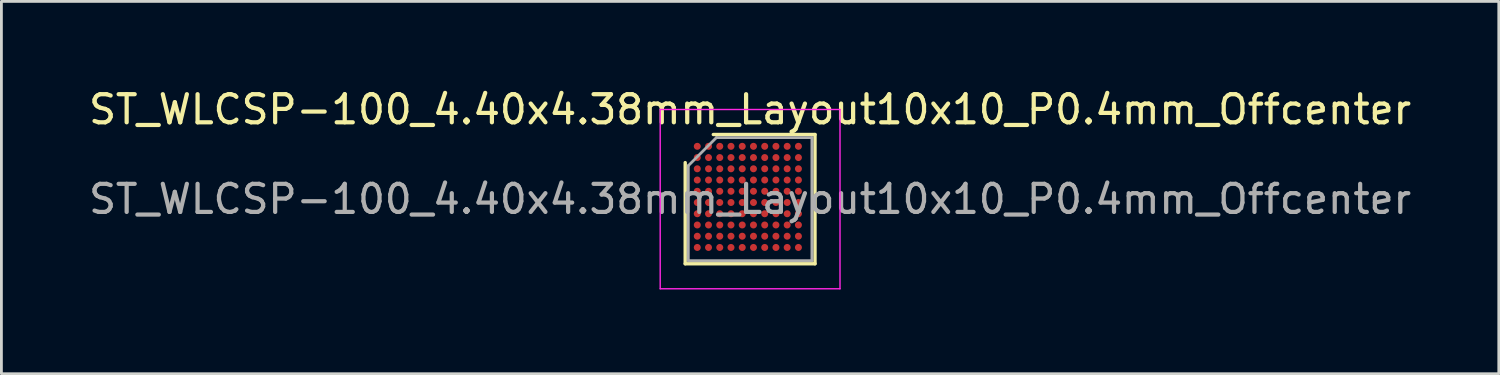
<source format=kicad_pcb>
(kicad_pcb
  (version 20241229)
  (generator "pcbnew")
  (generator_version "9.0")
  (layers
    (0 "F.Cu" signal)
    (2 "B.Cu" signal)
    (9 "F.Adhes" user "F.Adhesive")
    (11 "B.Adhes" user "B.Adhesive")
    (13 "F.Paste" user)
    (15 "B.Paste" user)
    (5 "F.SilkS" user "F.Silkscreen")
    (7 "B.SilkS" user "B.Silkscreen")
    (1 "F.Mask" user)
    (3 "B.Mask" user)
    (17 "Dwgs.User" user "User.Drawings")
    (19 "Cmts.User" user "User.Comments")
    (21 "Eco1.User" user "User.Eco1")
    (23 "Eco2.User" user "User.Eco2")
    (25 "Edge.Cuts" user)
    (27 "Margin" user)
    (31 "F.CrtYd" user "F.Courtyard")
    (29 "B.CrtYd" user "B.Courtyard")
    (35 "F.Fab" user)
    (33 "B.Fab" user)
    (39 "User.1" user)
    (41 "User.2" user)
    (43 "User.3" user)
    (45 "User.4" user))
  (footprint "ST_WLCSP-100_4.40x4.38mm_Layout10x10_P0.4mm_Offcenter"
    (layer "F.Cu")
    (at 23.649 4.038)
    (property "Reference" "ST_WLCSP-100_4.40x4.38mm_Layout10x10_P0.4mm_Offcenter" (at 0 -3.19 0) (layer "F.SilkS") (effects (font (size 1 1) (thickness 0.15))))
    (attr smd)
    (fp_line (start -2.31 2.3) (end -2.31 -1.3) (stroke (width 0.12) (type solid)) (layer "F.SilkS"))
    (fp_line (start -1.31 -2.3) (end 2.31 -2.3) (stroke (width 0.12) (type solid)) (layer "F.SilkS"))
    (fp_line (start 2.31 -2.3) (end 2.31 2.3) (stroke (width 0.12) (type solid)) (layer "F.SilkS"))
    (fp_line (start 2.31 2.3) (end -2.31 2.3) (stroke (width 0.12) (type solid)) (layer "F.SilkS"))
    (fp_line (start -3.2 -3.19) (end -3.2 3.19) (stroke (width 0.05) (type solid)) (layer "F.CrtYd"))
    (fp_line (start -3.2 3.19) (end 3.2 3.19) (stroke (width 0.05) (type solid)) (layer "F.CrtYd"))
    (fp_line (start 3.2 -3.19) (end -3.2 -3.19) (stroke (width 0.05) (type solid)) (layer "F.CrtYd"))
    (fp_line (start 3.2 3.19) (end 3.2 -3.19) (stroke (width 0.05) (type solid)) (layer "F.CrtYd"))
    (fp_line (start -2.2 -1.19) (end -1.2 -2.19) (stroke (width 0.1) (type solid)) (layer "F.Fab"))
    (fp_line (start -2.2 2.19) (end -2.2 -1.19) (stroke (width 0.1) (type solid)) (layer "F.Fab"))
    (fp_line (start -1.2 -2.19) (end 2.2 -2.19) (stroke (width 0.1) (type solid)) (layer "F.Fab"))
    (fp_line (start 2.2 -2.19) (end 2.2 2.19) (stroke (width 0.1) (type solid)) (layer "F.Fab"))
    (fp_line (start 2.2 2.19) (end -2.2 2.19) (stroke (width 0.1) (type solid)) (layer "F.Fab"))
    (fp_text user "${REFERENCE}" (at 0 0 0) (layer "F.Fab") (effects (font (size 1 1) (thickness 0.15))))
    (pad "A1" smd circle (at -1.88 -1.88) (size 0.25 0.25) (layers "F.Cu" "F.Mask" "F.Paste"))
    (pad "A2" smd circle (at -1.48 -1.88) (size 0.25 0.25) (layers "F.Cu" "F.Mask" "F.Paste"))
    (pad "A3" smd circle (at -1.08 -1.88) (size 0.25 0.25) (layers "F.Cu" "F.Mask" "F.Paste"))
    (pad "A4" smd circle (at -0.68 -1.88) (size 0.25 0.25) (layers "F.Cu" "F.Mask" "F.Paste"))
    (pad "A5" smd circle (at -0.28 -1.88) (size 0.25 0.25) (layers "F.Cu" "F.Mask" "F.Paste"))
    (pad "A6" smd circle (at 0.12 -1.88) (size 0.25 0.25) (layers "F.Cu" "F.Mask" "F.Paste"))
    (pad "A7" smd circle (at 0.52 -1.88) (size 0.25 0.25) (layers "F.Cu" "F.Mask" "F.Paste"))
    (pad "A8" smd circle (at 0.92 -1.88) (size 0.25 0.25) (layers "F.Cu" "F.Mask" "F.Paste"))
    (pad "A9" smd circle (at 1.32 -1.88) (size 0.25 0.25) (layers "F.Cu" "F.Mask" "F.Paste"))
    (pad "A10" smd circle (at 1.72 -1.88) (size 0.25 0.25) (layers "F.Cu" "F.Mask" "F.Paste"))
    (pad "B1" smd circle (at -1.88 -1.48) (size 0.25 0.25) (layers "F.Cu" "F.Mask" "F.Paste"))
    (pad "B2" smd circle (at -1.48 -1.48) (size 0.25 0.25) (layers "F.Cu" "F.Mask" "F.Paste"))
    (pad "B3" smd circle (at -1.08 -1.48) (size 0.25 0.25) (layers "F.Cu" "F.Mask" "F.Paste"))
    (pad "B4" smd circle (at -0.68 -1.48) (size 0.25 0.25) (layers "F.Cu" "F.Mask" "F.Paste"))
    (pad "B5" smd circle (at -0.28 -1.48) (size 0.25 0.25) (layers "F.Cu" "F.Mask" "F.Paste"))
    (pad "B6" smd circle (at 0.12 -1.48) (size 0.25 0.25) (layers "F.Cu" "F.Mask" "F.Paste"))
    (pad "B7" smd circle (at 0.52 -1.48) (size 0.25 0.25) (layers "F.Cu" "F.Mask" "F.Paste"))
    (pad "B8" smd circle (at 0.92 -1.48) (size 0.25 0.25) (layers "F.Cu" "F.Mask" "F.Paste"))
    (pad "B9" smd circle (at 1.32 -1.48) (size 0.25 0.25) (layers "F.Cu" "F.Mask" "F.Paste"))
    (pad "B10" smd circle (at 1.72 -1.48) (size 0.25 0.25) (layers "F.Cu" "F.Mask" "F.Paste"))
    (pad "C1" smd circle (at -1.88 -1.08) (size 0.25 0.25) (layers "F.Cu" "F.Mask" "F.Paste"))
    (pad "C2" smd circle (at -1.48 -1.08) (size 0.25 0.25) (layers "F.Cu" "F.Mask" "F.Paste"))
    (pad "C3" smd circle (at -1.08 -1.08) (size 0.25 0.25) (layers "F.Cu" "F.Mask" "F.Paste"))
    (pad "C4" smd circle (at -0.68 -1.08) (size 0.25 0.25) (layers "F.Cu" "F.Mask" "F.Paste"))
    (pad "C5" smd circle (at -0.28 -1.08) (size 0.25 0.25) (layers "F.Cu" "F.Mask" "F.Paste"))
    (pad "C6" smd circle (at 0.12 -1.08) (size 0.25 0.25) (layers "F.Cu" "F.Mask" "F.Paste"))
    (pad "C7" smd circle (at 0.52 -1.08) (size 0.25 0.25) (layers "F.Cu" "F.Mask" "F.Paste"))
    (pad "C8" smd circle (at 0.92 -1.08) (size 0.25 0.25) (layers "F.Cu" "F.Mask" "F.Paste"))
    (pad "C9" smd circle (at 1.32 -1.08) (size 0.25 0.25) (layers "F.Cu" "F.Mask" "F.Paste"))
    (pad "C10" smd circle (at 1.72 -1.08) (size 0.25 0.25) (layers "F.Cu" "F.Mask" "F.Paste"))
    (pad "D1" smd circle (at -1.88 -0.68) (size 0.25 0.25) (layers "F.Cu" "F.Mask" "F.Paste"))
    (pad "D2" smd circle (at -1.48 -0.68) (size 0.25 0.25) (layers "F.Cu" "F.Mask" "F.Paste"))
    (pad "D3" smd circle (at -1.08 -0.68) (size 0.25 0.25) (layers "F.Cu" "F.Mask" "F.Paste"))
    (pad "D4" smd circle (at -0.68 -0.68) (size 0.25 0.25) (layers "F.Cu" "F.Mask" "F.Paste"))
    (pad "D5" smd circle (at -0.28 -0.68) (size 0.25 0.25) (layers "F.Cu" "F.Mask" "F.Paste"))
    (pad "D6" smd circle (at 0.12 -0.68) (size 0.25 0.25) (layers "F.Cu" "F.Mask" "F.Paste"))
    (pad "D7" smd circle (at 0.52 -0.68) (size 0.25 0.25) (layers "F.Cu" "F.Mask" "F.Paste"))
    (pad "D8" smd circle (at 0.92 -0.68) (size 0.25 0.25) (layers "F.Cu" "F.Mask" "F.Paste"))
    (pad "D9" smd circle (at 1.32 -0.68) (size 0.25 0.25) (layers "F.Cu" "F.Mask" "F.Paste"))
    (pad "D10" smd circle (at 1.72 -0.68) (size 0.25 0.25) (layers "F.Cu" "F.Mask" "F.Paste"))
    (pad "E1" smd circle (at -1.88 -0.28) (size 0.25 0.25) (layers "F.Cu" "F.Mask" "F.Paste"))
    (pad "E2" smd circle (at -1.48 -0.28) (size 0.25 0.25) (layers "F.Cu" "F.Mask" "F.Paste"))
    (pad "E3" smd circle (at -1.08 -0.28) (size 0.25 0.25) (layers "F.Cu" "F.Mask" "F.Paste"))
    (pad "E4" smd circle (at -0.68 -0.28) (size 0.25 0.25) (layers "F.Cu" "F.Mask" "F.Paste"))
    (pad "E5" smd circle (at -0.28 -0.28) (size 0.25 0.25) (layers "F.Cu" "F.Mask" "F.Paste"))
    (pad "E6" smd circle (at 0.12 -0.28) (size 0.25 0.25) (layers "F.Cu" "F.Mask" "F.Paste"))
    (pad "E7" smd circle (at 0.52 -0.28) (size 0.25 0.25) (layers "F.Cu" "F.Mask" "F.Paste"))
    (pad "E8" smd circle (at 0.92 -0.28) (size 0.25 0.25) (layers "F.Cu" "F.Mask" "F.Paste"))
    (pad "E9" smd circle (at 1.32 -0.28) (size 0.25 0.25) (layers "F.Cu" "F.Mask" "F.Paste"))
    (pad "E10" smd circle (at 1.72 -0.28) (size 0.25 0.25) (layers "F.Cu" "F.Mask" "F.Paste"))
    (pad "F1" smd circle (at -1.88 0.12) (size 0.25 0.25) (layers "F.Cu" "F.Mask" "F.Paste"))
    (pad "F2" smd circle (at -1.48 0.12) (size 0.25 0.25) (layers "F.Cu" "F.Mask" "F.Paste"))
    (pad "F3" smd circle (at -1.08 0.12) (size 0.25 0.25) (layers "F.Cu" "F.Mask" "F.Paste"))
    (pad "F4" smd circle (at -0.68 0.12) (size 0.25 0.25) (layers "F.Cu" "F.Mask" "F.Paste"))
    (pad "F5" smd circle (at -0.28 0.12) (size 0.25 0.25) (layers "F.Cu" "F.Mask" "F.Paste"))
    (pad "F6" smd circle (at 0.12 0.12) (size 0.25 0.25) (layers "F.Cu" "F.Mask" "F.Paste"))
    (pad "F7" smd circle (at 0.52 0.12) (size 0.25 0.25) (layers "F.Cu" "F.Mask" "F.Paste"))
    (pad "F8" smd circle (at 0.92 0.12) (size 0.25 0.25) (layers "F.Cu" "F.Mask" "F.Paste"))
    (pad "F9" smd circle (at 1.32 0.12) (size 0.25 0.25) (layers "F.Cu" "F.Mask" "F.Paste"))
    (pad "F10" smd circle (at 1.72 0.12) (size 0.25 0.25) (layers "F.Cu" "F.Mask" "F.Paste"))
    (pad "G1" smd circle (at -1.88 0.52) (size 0.25 0.25) (layers "F.Cu" "F.Mask" "F.Paste"))
    (pad "G2" smd circle (at -1.48 0.52) (size 0.25 0.25) (layers "F.Cu" "F.Mask" "F.Paste"))
    (pad "G3" smd circle (at -1.08 0.52) (size 0.25 0.25) (layers "F.Cu" "F.Mask" "F.Paste"))
    (pad "G4" smd circle (at -0.68 0.52) (size 0.25 0.25) (layers "F.Cu" "F.Mask" "F.Paste"))
    (pad "G5" smd circle (at -0.28 0.52) (size 0.25 0.25) (layers "F.Cu" "F.Mask" "F.Paste"))
    (pad "G6" smd circle (at 0.12 0.52) (size 0.25 0.25) (layers "F.Cu" "F.Mask" "F.Paste"))
    (pad "G7" smd circle (at 0.52 0.52) (size 0.25 0.25) (layers "F.Cu" "F.Mask" "F.Paste"))
    (pad "G8" smd circle (at 0.92 0.52) (size 0.25 0.25) (layers "F.Cu" "F.Mask" "F.Paste"))
    (pad "G9" smd circle (at 1.32 0.52) (size 0.25 0.25) (layers "F.Cu" "F.Mask" "F.Paste"))
    (pad "G10" smd circle (at 1.72 0.52) (size 0.25 0.25) (layers "F.Cu" "F.Mask" "F.Paste"))
    (pad "H1" smd circle (at -1.88 0.92) (size 0.25 0.25) (layers "F.Cu" "F.Mask" "F.Paste"))
    (pad "H2" smd circle (at -1.48 0.92) (size 0.25 0.25) (layers "F.Cu" "F.Mask" "F.Paste"))
    (pad "H3" smd circle (at -1.08 0.92) (size 0.25 0.25) (layers "F.Cu" "F.Mask" "F.Paste"))
    (pad "H4" smd circle (at -0.68 0.92) (size 0.25 0.25) (layers "F.Cu" "F.Mask" "F.Paste"))
    (pad "H5" smd circle (at -0.28 0.92) (size 0.25 0.25) (layers "F.Cu" "F.Mask" "F.Paste"))
    (pad "H6" smd circle (at 0.12 0.92) (size 0.25 0.25) (layers "F.Cu" "F.Mask" "F.Paste"))
    (pad "H7" smd circle (at 0.52 0.92) (size 0.25 0.25) (layers "F.Cu" "F.Mask" "F.Paste"))
    (pad "H8" smd circle (at 0.92 0.92) (size 0.25 0.25) (layers "F.Cu" "F.Mask" "F.Paste"))
    (pad "H9" smd circle (at 1.32 0.92) (size 0.25 0.25) (layers "F.Cu" "F.Mask" "F.Paste"))
    (pad "H10" smd circle (at 1.72 0.92) (size 0.25 0.25) (layers "F.Cu" "F.Mask" "F.Paste"))
    (pad "J1" smd circle (at -1.88 1.32) (size 0.25 0.25) (layers "F.Cu" "F.Mask" "F.Paste"))
    (pad "J2" smd circle (at -1.48 1.32) (size 0.25 0.25) (layers "F.Cu" "F.Mask" "F.Paste"))
    (pad "J3" smd circle (at -1.08 1.32) (size 0.25 0.25) (layers "F.Cu" "F.Mask" "F.Paste"))
    (pad "J4" smd circle (at -0.68 1.32) (size 0.25 0.25) (layers "F.Cu" "F.Mask" "F.Paste"))
    (pad "J5" smd circle (at -0.28 1.32) (size 0.25 0.25) (layers "F.Cu" "F.Mask" "F.Paste"))
    (pad "J6" smd circle (at 0.12 1.32) (size 0.25 0.25) (layers "F.Cu" "F.Mask" "F.Paste"))
    (pad "J7" smd circle (at 0.52 1.32) (size 0.25 0.25) (layers "F.Cu" "F.Mask" "F.Paste"))
    (pad "J8" smd circle (at 0.92 1.32) (size 0.25 0.25) (layers "F.Cu" "F.Mask" "F.Paste"))
    (pad "J9" smd circle (at 1.32 1.32) (size 0.25 0.25) (layers "F.Cu" "F.Mask" "F.Paste"))
    (pad "J10" smd circle (at 1.72 1.32) (size 0.25 0.25) (layers "F.Cu" "F.Mask" "F.Paste"))
    (pad "K1" smd circle (at -1.88 1.72) (size 0.25 0.25) (layers "F.Cu" "F.Mask" "F.Paste"))
    (pad "K2" smd circle (at -1.48 1.72) (size 0.25 0.25) (layers "F.Cu" "F.Mask" "F.Paste"))
    (pad "K3" smd circle (at -1.08 1.72) (size 0.25 0.25) (layers "F.Cu" "F.Mask" "F.Paste"))
    (pad "K4" smd circle (at -0.68 1.72) (size 0.25 0.25) (layers "F.Cu" "F.Mask" "F.Paste"))
    (pad "K5" smd circle (at -0.28 1.72) (size 0.25 0.25) (layers "F.Cu" "F.Mask" "F.Paste"))
    (pad "K6" smd circle (at 0.12 1.72) (size 0.25 0.25) (layers "F.Cu" "F.Mask" "F.Paste"))
    (pad "K7" smd circle (at 0.52 1.72) (size 0.25 0.25) (layers "F.Cu" "F.Mask" "F.Paste"))
    (pad "K8" smd circle (at 0.92 1.72) (size 0.25 0.25) (layers "F.Cu" "F.Mask" "F.Paste"))
    (pad "K9" smd circle (at 1.32 1.72) (size 0.25 0.25) (layers "F.Cu" "F.Mask" "F.Paste"))
    (pad "K10" smd circle (at 1.72 1.72) (size 0.25 0.25) (layers "F.Cu" "F.Mask" "F.Paste")))
  (gr_rect
    (start -3 -3)
    (end 50.298 10.253)
    (stroke (width 0.1) (type default))
    (fill no)
    (layer "Edge.Cuts")))
</source>
